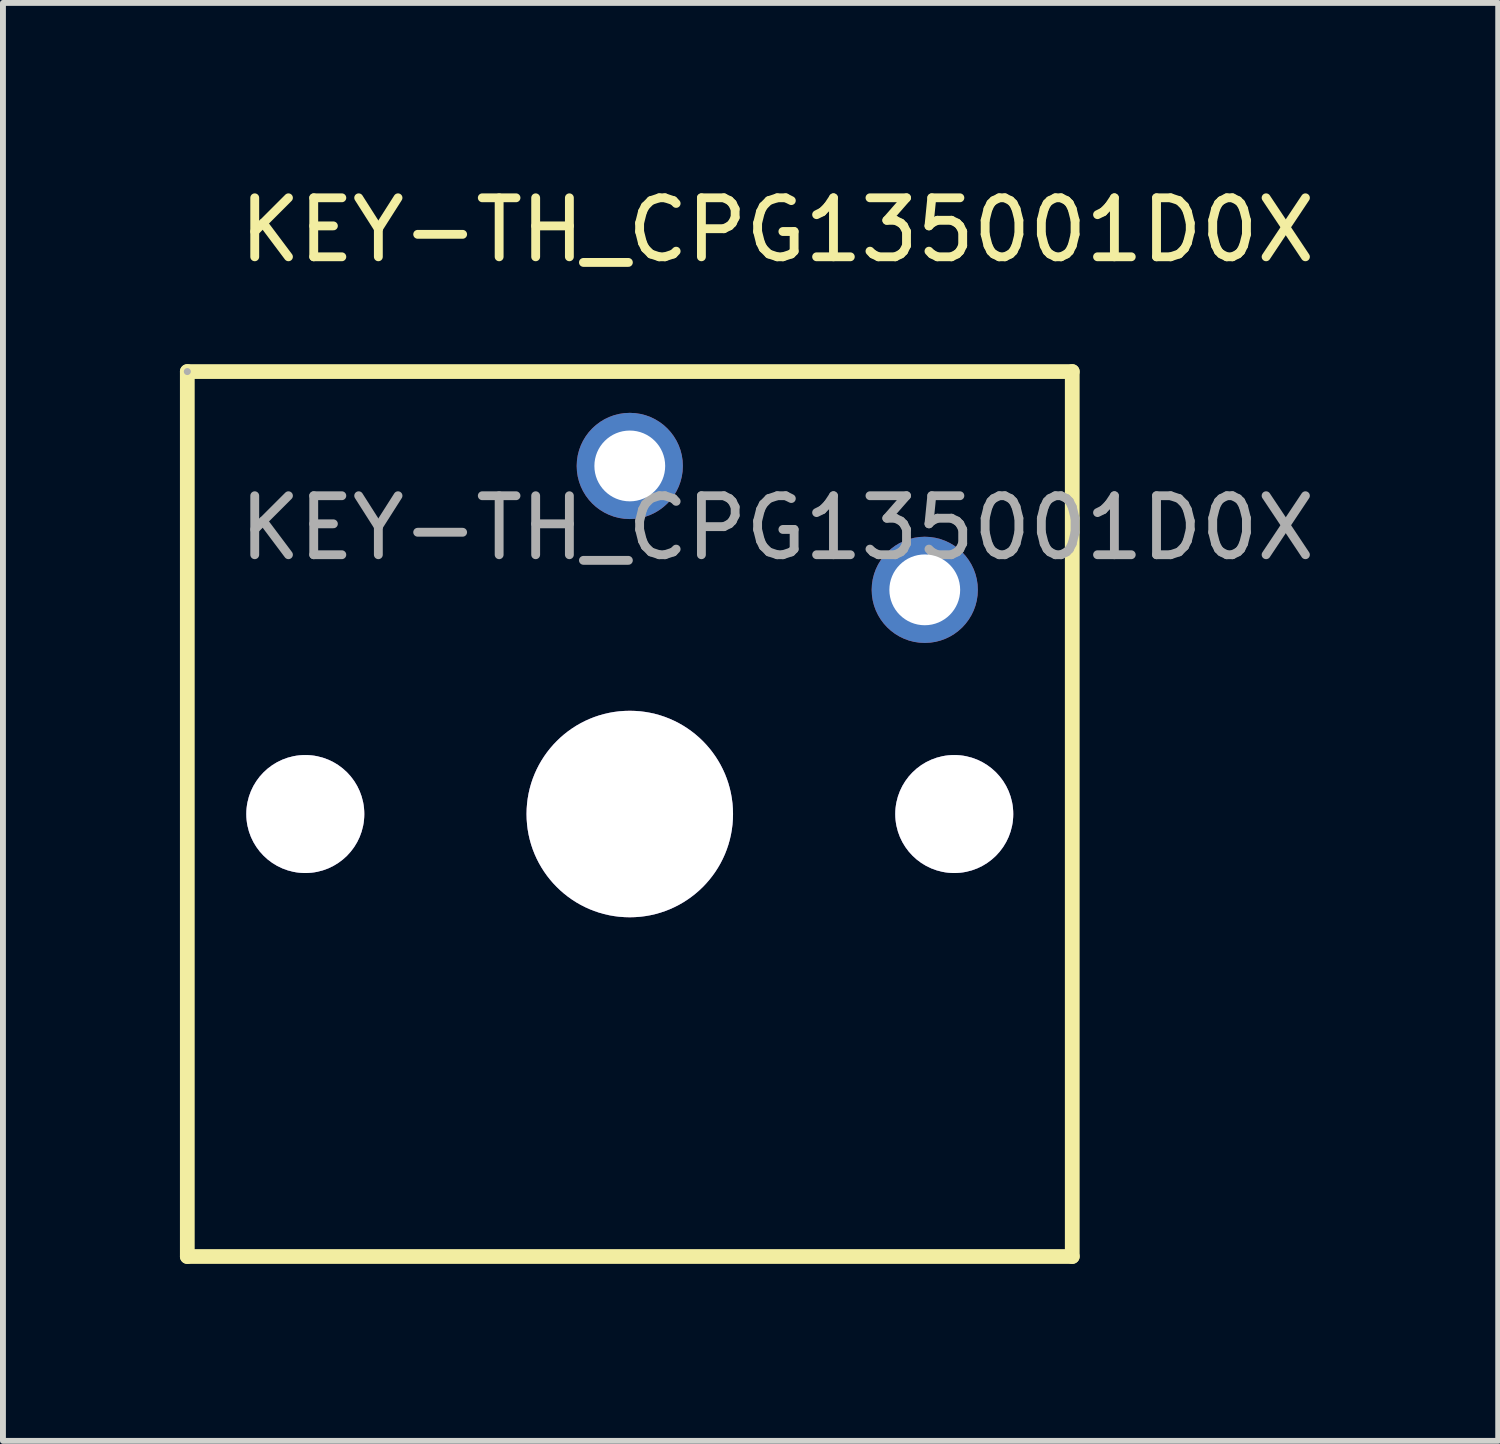
<source format=kicad_pcb>
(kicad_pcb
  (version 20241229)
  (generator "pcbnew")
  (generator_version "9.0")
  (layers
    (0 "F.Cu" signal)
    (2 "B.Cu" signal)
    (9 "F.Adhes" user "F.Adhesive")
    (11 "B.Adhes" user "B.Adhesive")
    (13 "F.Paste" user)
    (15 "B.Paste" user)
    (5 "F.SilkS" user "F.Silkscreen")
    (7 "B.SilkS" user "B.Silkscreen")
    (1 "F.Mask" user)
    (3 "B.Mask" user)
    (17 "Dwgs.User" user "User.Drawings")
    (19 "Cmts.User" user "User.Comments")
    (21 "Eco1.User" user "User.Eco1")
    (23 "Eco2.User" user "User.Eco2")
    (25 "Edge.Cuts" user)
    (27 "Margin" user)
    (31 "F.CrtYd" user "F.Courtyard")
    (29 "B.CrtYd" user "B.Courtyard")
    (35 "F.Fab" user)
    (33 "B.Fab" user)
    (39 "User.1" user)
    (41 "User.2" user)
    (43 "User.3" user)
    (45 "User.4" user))
  (footprint "KEY-TH_CPG135001D0X"
    (layer "F.Cu")
    (at 10.125 5.898)
    (property "Reference" "KEY-TH_CPG135001D0X" (at 0 -5.05 0) (layer "F.SilkS") (effects (font (size 1 1) (thickness 0.15))))
    (attr through_hole)
    (fp_line (start -10 -2.65) (end 5 -2.65) (stroke (width 0.25) (type solid)) (layer "F.SilkS"))
    (fp_line (start -10 12.35) (end -10 -2.65) (stroke (width 0.25) (type solid)) (layer "F.SilkS"))
    (fp_line (start -10 12.35) (end 5 12.35) (stroke (width 0.25) (type solid)) (layer "F.SilkS"))
    (fp_line (start 5 12.35) (end 5 -2.65) (stroke (width 0.25) (type solid)) (layer "F.SilkS"))
    (fp_circle (center -8 4.85) (end -7.55 4.85) (stroke (width 0.9) (type solid)) (fill no) (layer "Cmts.User"))
    (fp_circle (center -2.5 4.85) (end -1.7 4.85) (stroke (width 1.6) (type solid)) (fill no) (layer "Cmts.User"))
    (fp_circle (center 3 4.85) (end 3.45 4.85) (stroke (width 0.9) (type solid)) (fill no) (layer "Cmts.User"))
    (fp_circle (center -10 -2.65) (end -9.97 -2.65) (stroke (width 0.06) (type solid)) (fill no) (layer "F.Fab"))
    (fp_circle (center -2.5 -1.05) (end -2.3 -1.05) (stroke (width 0.4) (type solid)) (fill no) (layer "F.Fab"))
    (fp_circle (center 2.5 1.05) (end 2.7 1.05) (stroke (width 0.4) (type solid)) (fill no) (layer "F.Fab"))
    (fp_text user "${REFERENCE}" (at 0 0 0) (layer "F.Fab") (effects (font (size 1 1) (thickness 0.15))))
    (pad "" thru_hole circle (at -8 4.85) (size 2 2) (drill 2) (layers "*.Cu" "*.Mask"))
    (pad "" thru_hole circle (at -2.5 4.85) (size 3.5 3.5) (drill 3.5) (layers "*.Cu" "*.Mask"))
    (pad "" thru_hole circle (at 3 4.85) (size 2 2) (drill 2) (layers "*.Cu" "*.Mask"))
    (pad "1" thru_hole circle (at -2.5 -1.05 90) (size 1.8 1.8) (drill 1.2) (layers "*.Cu" "*.Mask"))
    (pad "2" thru_hole circle (at 2.5 1.05 90) (size 1.8 1.8) (drill 1.2) (layers "*.Cu" "*.Mask")))
  (gr_rect
    (start -3 -3)
    (end 22.345 21.373)
    (stroke (width 0.1) (type default))
    (fill no)
    (layer "Edge.Cuts")))
</source>
